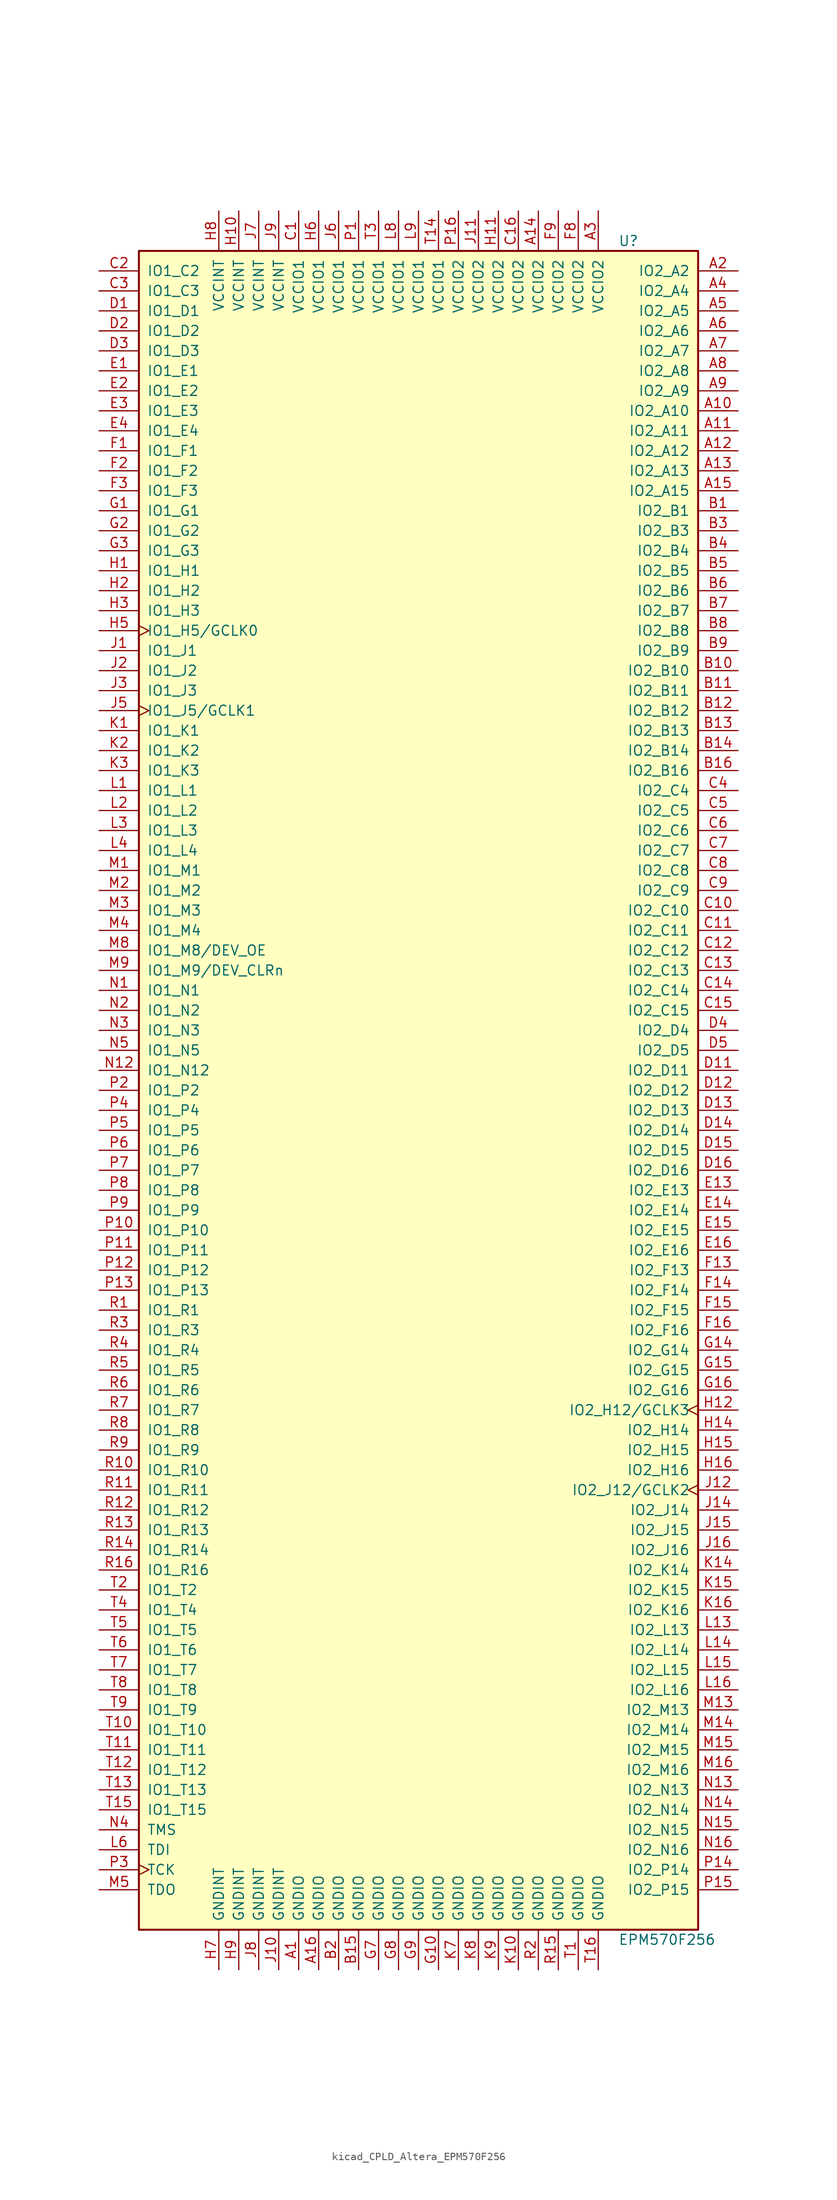
<source format=kicad_sym>
(kicad_symbol_lib
  (version 20220914)
  (generator kicad_symbol_editor)
  (symbol "kicad_CPLD_Altera_EPM570F256"
    (pin_names
      (offset 1.016))
    (property "Reference" "U"
      (at 25.4 107.95 0)
      (effects (font (size 1.27 1.27)) (justify left)))
    (property "Value" "EPM570F256"
      (at 25.4 -107.95 0)
      (effects (font (size 1.27 1.27)) (justify left)))
    (property "ki_locked" ""
      (at 0 0 0)
      (effects (font (size 1.27 1.27))))
    (symbol "kicad_CPLD_Altera_EPM570F256_1_1"
      (rectangle (start -35.56 106.68) (end 35.56 -106.68) (stroke (width 0.254) (type default)) (fill (type background)))
      (pin power_in line (at -15.24 -111.76 90) (length 5.08) (name "GNDIO" (effects (font (size 1.27 1.27)))) (number "A1" (effects (font (size 1.27 1.27)))))
      (pin bidirectional line (at 40.64 86.36 180) (length 5.08) (name "IO2_A10" (effects (font (size 1.27 1.27)))) (number "A10" (effects (font (size 1.27 1.27)))))
      (pin bidirectional line (at 40.64 83.82 180) (length 5.08) (name "IO2_A11" (effects (font (size 1.27 1.27)))) (number "A11" (effects (font (size 1.27 1.27)))))
      (pin bidirectional line (at 40.64 81.28 180) (length 5.08) (name "IO2_A12" (effects (font (size 1.27 1.27)))) (number "A12" (effects (font (size 1.27 1.27)))))
      (pin bidirectional line (at 40.64 78.74 180) (length 5.08) (name "IO2_A13" (effects (font (size 1.27 1.27)))) (number "A13" (effects (font (size 1.27 1.27)))))
      (pin power_in line (at 15.24 111.76 270) (length 5.08) (name "VCCIO2" (effects (font (size 1.27 1.27)))) (number "A14" (effects (font (size 1.27 1.27)))))
      (pin bidirectional line (at 40.64 76.2 180) (length 5.08) (name "IO2_A15" (effects (font (size 1.27 1.27)))) (number "A15" (effects (font (size 1.27 1.27)))))
      (pin power_in line (at -12.7 -111.76 90) (length 5.08) (name "GNDIO" (effects (font (size 1.27 1.27)))) (number "A16" (effects (font (size 1.27 1.27)))))
      (pin bidirectional line (at 40.64 104.14 180) (length 5.08) (name "IO2_A2" (effects (font (size 1.27 1.27)))) (number "A2" (effects (font (size 1.27 1.27)))))
      (pin power_in line (at 22.86 111.76 270) (length 5.08) (name "VCCIO2" (effects (font (size 1.27 1.27)))) (number "A3" (effects (font (size 1.27 1.27)))))
      (pin bidirectional line (at 40.64 101.6 180) (length 5.08) (name "IO2_A4" (effects (font (size 1.27 1.27)))) (number "A4" (effects (font (size 1.27 1.27)))))
      (pin bidirectional line (at 40.64 99.06 180) (length 5.08) (name "IO2_A5" (effects (font (size 1.27 1.27)))) (number "A5" (effects (font (size 1.27 1.27)))))
      (pin bidirectional line (at 40.64 96.52 180) (length 5.08) (name "IO2_A6" (effects (font (size 1.27 1.27)))) (number "A6" (effects (font (size 1.27 1.27)))))
      (pin bidirectional line (at 40.64 93.98 180) (length 5.08) (name "IO2_A7" (effects (font (size 1.27 1.27)))) (number "A7" (effects (font (size 1.27 1.27)))))
      (pin bidirectional line (at 40.64 91.44 180) (length 5.08) (name "IO2_A8" (effects (font (size 1.27 1.27)))) (number "A8" (effects (font (size 1.27 1.27)))))
      (pin bidirectional line (at 40.64 88.9 180) (length 5.08) (name "IO2_A9" (effects (font (size 1.27 1.27)))) (number "A9" (effects (font (size 1.27 1.27)))))
      (pin bidirectional line (at 40.64 73.66 180) (length 5.08) (name "IO2_B1" (effects (font (size 1.27 1.27)))) (number "B1" (effects (font (size 1.27 1.27)))))
      (pin bidirectional line (at 40.64 53.34 180) (length 5.08) (name "IO2_B10" (effects (font (size 1.27 1.27)))) (number "B10" (effects (font (size 1.27 1.27)))))
      (pin bidirectional line (at 40.64 50.8 180) (length 5.08) (name "IO2_B11" (effects (font (size 1.27 1.27)))) (number "B11" (effects (font (size 1.27 1.27)))))
      (pin bidirectional line (at 40.64 48.26 180) (length 5.08) (name "IO2_B12" (effects (font (size 1.27 1.27)))) (number "B12" (effects (font (size 1.27 1.27)))))
      (pin bidirectional line (at 40.64 45.72 180) (length 5.08) (name "IO2_B13" (effects (font (size 1.27 1.27)))) (number "B13" (effects (font (size 1.27 1.27)))))
      (pin bidirectional line (at 40.64 43.18 180) (length 5.08) (name "IO2_B14" (effects (font (size 1.27 1.27)))) (number "B14" (effects (font (size 1.27 1.27)))))
      (pin power_in line (at -7.62 -111.76 90) (length 5.08) (name "GNDIO" (effects (font (size 1.27 1.27)))) (number "B15" (effects (font (size 1.27 1.27)))))
      (pin bidirectional line (at 40.64 40.64 180) (length 5.08) (name "IO2_B16" (effects (font (size 1.27 1.27)))) (number "B16" (effects (font (size 1.27 1.27)))))
      (pin power_in line (at -10.16 -111.76 90) (length 5.08) (name "GNDIO" (effects (font (size 1.27 1.27)))) (number "B2" (effects (font (size 1.27 1.27)))))
      (pin bidirectional line (at 40.64 71.12 180) (length 5.08) (name "IO2_B3" (effects (font (size 1.27 1.27)))) (number "B3" (effects (font (size 1.27 1.27)))))
      (pin bidirectional line (at 40.64 68.58 180) (length 5.08) (name "IO2_B4" (effects (font (size 1.27 1.27)))) (number "B4" (effects (font (size 1.27 1.27)))))
      (pin bidirectional line (at 40.64 66.04 180) (length 5.08) (name "IO2_B5" (effects (font (size 1.27 1.27)))) (number "B5" (effects (font (size 1.27 1.27)))))
      (pin bidirectional line (at 40.64 63.5 180) (length 5.08) (name "IO2_B6" (effects (font (size 1.27 1.27)))) (number "B6" (effects (font (size 1.27 1.27)))))
      (pin bidirectional line (at 40.64 60.96 180) (length 5.08) (name "IO2_B7" (effects (font (size 1.27 1.27)))) (number "B7" (effects (font (size 1.27 1.27)))))
      (pin bidirectional line (at 40.64 58.42 180) (length 5.08) (name "IO2_B8" (effects (font (size 1.27 1.27)))) (number "B8" (effects (font (size 1.27 1.27)))))
      (pin bidirectional line (at 40.64 55.88 180) (length 5.08) (name "IO2_B9" (effects (font (size 1.27 1.27)))) (number "B9" (effects (font (size 1.27 1.27)))))
      (pin power_in line (at -15.24 111.76 270) (length 5.08) (name "VCCIO1" (effects (font (size 1.27 1.27)))) (number "C1" (effects (font (size 1.27 1.27)))))
      (pin bidirectional line (at 40.64 22.86 180) (length 5.08) (name "IO2_C10" (effects (font (size 1.27 1.27)))) (number "C10" (effects (font (size 1.27 1.27)))))
      (pin bidirectional line (at 40.64 20.32 180) (length 5.08) (name "IO2_C11" (effects (font (size 1.27 1.27)))) (number "C11" (effects (font (size 1.27 1.27)))))
      (pin bidirectional line (at 40.64 17.78 180) (length 5.08) (name "IO2_C12" (effects (font (size 1.27 1.27)))) (number "C12" (effects (font (size 1.27 1.27)))))
      (pin bidirectional line (at 40.64 15.24 180) (length 5.08) (name "IO2_C13" (effects (font (size 1.27 1.27)))) (number "C13" (effects (font (size 1.27 1.27)))))
      (pin bidirectional line (at 40.64 12.7 180) (length 5.08) (name "IO2_C14" (effects (font (size 1.27 1.27)))) (number "C14" (effects (font (size 1.27 1.27)))))
      (pin bidirectional line (at 40.64 10.16 180) (length 5.08) (name "IO2_C15" (effects (font (size 1.27 1.27)))) (number "C15" (effects (font (size 1.27 1.27)))))
      (pin power_in line (at 12.7 111.76 270) (length 5.08) (name "VCCIO2" (effects (font (size 1.27 1.27)))) (number "C16" (effects (font (size 1.27 1.27)))))
      (pin bidirectional line (at -40.64 104.14 0) (length 5.08) (name "IO1_C2" (effects (font (size 1.27 1.27)))) (number "C2" (effects (font (size 1.27 1.27)))))
      (pin bidirectional line (at -40.64 101.6 0) (length 5.08) (name "IO1_C3" (effects (font (size 1.27 1.27)))) (number "C3" (effects (font (size 1.27 1.27)))))
      (pin bidirectional line (at 40.64 38.1 180) (length 5.08) (name "IO2_C4" (effects (font (size 1.27 1.27)))) (number "C4" (effects (font (size 1.27 1.27)))))
      (pin bidirectional line (at 40.64 35.56 180) (length 5.08) (name "IO2_C5" (effects (font (size 1.27 1.27)))) (number "C5" (effects (font (size 1.27 1.27)))))
      (pin bidirectional line (at 40.64 33.02 180) (length 5.08) (name "IO2_C6" (effects (font (size 1.27 1.27)))) (number "C6" (effects (font (size 1.27 1.27)))))
      (pin bidirectional line (at 40.64 30.48 180) (length 5.08) (name "IO2_C7" (effects (font (size 1.27 1.27)))) (number "C7" (effects (font (size 1.27 1.27)))))
      (pin bidirectional line (at 40.64 27.94 180) (length 5.08) (name "IO2_C8" (effects (font (size 1.27 1.27)))) (number "C8" (effects (font (size 1.27 1.27)))))
      (pin bidirectional line (at 40.64 25.4 180) (length 5.08) (name "IO2_C9" (effects (font (size 1.27 1.27)))) (number "C9" (effects (font (size 1.27 1.27)))))
      (pin bidirectional line (at -40.64 99.06 0) (length 5.08) (name "IO1_D1" (effects (font (size 1.27 1.27)))) (number "D1" (effects (font (size 1.27 1.27)))))
      (pin bidirectional line (at 40.64 2.54 180) (length 5.08) (name "IO2_D11" (effects (font (size 1.27 1.27)))) (number "D11" (effects (font (size 1.27 1.27)))))
      (pin bidirectional line (at 40.64 0 180) (length 5.08) (name "IO2_D12" (effects (font (size 1.27 1.27)))) (number "D12" (effects (font (size 1.27 1.27)))))
      (pin bidirectional line (at 40.64 -2.54 180) (length 5.08) (name "IO2_D13" (effects (font (size 1.27 1.27)))) (number "D13" (effects (font (size 1.27 1.27)))))
      (pin bidirectional line (at 40.64 -5.08 180) (length 5.08) (name "IO2_D14" (effects (font (size 1.27 1.27)))) (number "D14" (effects (font (size 1.27 1.27)))))
      (pin bidirectional line (at 40.64 -7.62 180) (length 5.08) (name "IO2_D15" (effects (font (size 1.27 1.27)))) (number "D15" (effects (font (size 1.27 1.27)))))
      (pin bidirectional line (at 40.64 -10.16 180) (length 5.08) (name "IO2_D16" (effects (font (size 1.27 1.27)))) (number "D16" (effects (font (size 1.27 1.27)))))
      (pin bidirectional line (at -40.64 96.52 0) (length 5.08) (name "IO1_D2" (effects (font (size 1.27 1.27)))) (number "D2" (effects (font (size 1.27 1.27)))))
      (pin bidirectional line (at -40.64 93.98 0) (length 5.08) (name "IO1_D3" (effects (font (size 1.27 1.27)))) (number "D3" (effects (font (size 1.27 1.27)))))
      (pin bidirectional line (at 40.64 7.62 180) (length 5.08) (name "IO2_D4" (effects (font (size 1.27 1.27)))) (number "D4" (effects (font (size 1.27 1.27)))))
      (pin bidirectional line (at 40.64 5.08 180) (length 5.08) (name "IO2_D5" (effects (font (size 1.27 1.27)))) (number "D5" (effects (font (size 1.27 1.27)))))
      (pin bidirectional line (at -40.64 91.44 0) (length 5.08) (name "IO1_E1" (effects (font (size 1.27 1.27)))) (number "E1" (effects (font (size 1.27 1.27)))))
      (pin bidirectional line (at 40.64 -12.7 180) (length 5.08) (name "IO2_E13" (effects (font (size 1.27 1.27)))) (number "E13" (effects (font (size 1.27 1.27)))))
      (pin bidirectional line (at 40.64 -15.24 180) (length 5.08) (name "IO2_E14" (effects (font (size 1.27 1.27)))) (number "E14" (effects (font (size 1.27 1.27)))))
      (pin bidirectional line (at 40.64 -17.78 180) (length 5.08) (name "IO2_E15" (effects (font (size 1.27 1.27)))) (number "E15" (effects (font (size 1.27 1.27)))))
      (pin bidirectional line (at 40.64 -20.32 180) (length 5.08) (name "IO2_E16" (effects (font (size 1.27 1.27)))) (number "E16" (effects (font (size 1.27 1.27)))))
      (pin bidirectional line (at -40.64 88.9 0) (length 5.08) (name "IO1_E2" (effects (font (size 1.27 1.27)))) (number "E2" (effects (font (size 1.27 1.27)))))
      (pin bidirectional line (at -40.64 86.36 0) (length 5.08) (name "IO1_E3" (effects (font (size 1.27 1.27)))) (number "E3" (effects (font (size 1.27 1.27)))))
      (pin bidirectional line (at -40.64 83.82 0) (length 5.08) (name "IO1_E4" (effects (font (size 1.27 1.27)))) (number "E4" (effects (font (size 1.27 1.27)))))
      (pin bidirectional line (at -40.64 81.28 0) (length 5.08) (name "IO1_F1" (effects (font (size 1.27 1.27)))) (number "F1" (effects (font (size 1.27 1.27)))))
      (pin bidirectional line (at 40.64 -22.86 180) (length 5.08) (name "IO2_F13" (effects (font (size 1.27 1.27)))) (number "F13" (effects (font (size 1.27 1.27)))))
      (pin bidirectional line (at 40.64 -25.4 180) (length 5.08) (name "IO2_F14" (effects (font (size 1.27 1.27)))) (number "F14" (effects (font (size 1.27 1.27)))))
      (pin bidirectional line (at 40.64 -27.94 180) (length 5.08) (name "IO2_F15" (effects (font (size 1.27 1.27)))) (number "F15" (effects (font (size 1.27 1.27)))))
      (pin bidirectional line (at 40.64 -30.48 180) (length 5.08) (name "IO2_F16" (effects (font (size 1.27 1.27)))) (number "F16" (effects (font (size 1.27 1.27)))))
      (pin bidirectional line (at -40.64 78.74 0) (length 5.08) (name "IO1_F2" (effects (font (size 1.27 1.27)))) (number "F2" (effects (font (size 1.27 1.27)))))
      (pin bidirectional line (at -40.64 76.2 0) (length 5.08) (name "IO1_F3" (effects (font (size 1.27 1.27)))) (number "F3" (effects (font (size 1.27 1.27)))))
      (pin power_in line (at 20.32 111.76 270) (length 5.08) (name "VCCIO2" (effects (font (size 1.27 1.27)))) (number "F8" (effects (font (size 1.27 1.27)))))
      (pin power_in line (at 17.78 111.76 270) (length 5.08) (name "VCCIO2" (effects (font (size 1.27 1.27)))) (number "F9" (effects (font (size 1.27 1.27)))))
      (pin bidirectional line (at -40.64 73.66 0) (length 5.08) (name "IO1_G1" (effects (font (size 1.27 1.27)))) (number "G1" (effects (font (size 1.27 1.27)))))
      (pin power_in line (at 2.54 -111.76 90) (length 5.08) (name "GNDIO" (effects (font (size 1.27 1.27)))) (number "G10" (effects (font (size 1.27 1.27)))))
      (pin bidirectional line (at 40.64 -33.02 180) (length 5.08) (name "IO2_G14" (effects (font (size 1.27 1.27)))) (number "G14" (effects (font (size 1.27 1.27)))))
      (pin bidirectional line (at 40.64 -35.56 180) (length 5.08) (name "IO2_G15" (effects (font (size 1.27 1.27)))) (number "G15" (effects (font (size 1.27 1.27)))))
      (pin bidirectional line (at 40.64 -38.1 180) (length 5.08) (name "IO2_G16" (effects (font (size 1.27 1.27)))) (number "G16" (effects (font (size 1.27 1.27)))))
      (pin bidirectional line (at -40.64 71.12 0) (length 5.08) (name "IO1_G2" (effects (font (size 1.27 1.27)))) (number "G2" (effects (font (size 1.27 1.27)))))
      (pin bidirectional line (at -40.64 68.58 0) (length 5.08) (name "IO1_G3" (effects (font (size 1.27 1.27)))) (number "G3" (effects (font (size 1.27 1.27)))))
      (pin power_in line (at -5.08 -111.76 90) (length 5.08) (name "GNDIO" (effects (font (size 1.27 1.27)))) (number "G7" (effects (font (size 1.27 1.27)))))
      (pin power_in line (at -2.54 -111.76 90) (length 5.08) (name "GNDIO" (effects (font (size 1.27 1.27)))) (number "G8" (effects (font (size 1.27 1.27)))))
      (pin power_in line (at 0 -111.76 90) (length 5.08) (name "GNDIO" (effects (font (size 1.27 1.27)))) (number "G9" (effects (font (size 1.27 1.27)))))
      (pin bidirectional line (at -40.64 66.04 0) (length 5.08) (name "IO1_H1" (effects (font (size 1.27 1.27)))) (number "H1" (effects (font (size 1.27 1.27)))))
      (pin power_in line (at -22.86 111.76 270) (length 5.08) (name "VCCINT" (effects (font (size 1.27 1.27)))) (number "H10" (effects (font (size 1.27 1.27)))))
      (pin power_in line (at 10.16 111.76 270) (length 5.08) (name "VCCIO2" (effects (font (size 1.27 1.27)))) (number "H11" (effects (font (size 1.27 1.27)))))
      (pin bidirectional clock (at 40.64 -40.64 180) (length 5.08) (name "IO2_H12/GCLK3" (effects (font (size 1.27 1.27)))) (number "H12" (effects (font (size 1.27 1.27)))))
      (pin bidirectional line (at 40.64 -43.18 180) (length 5.08) (name "IO2_H14" (effects (font (size 1.27 1.27)))) (number "H14" (effects (font (size 1.27 1.27)))))
      (pin bidirectional line (at 40.64 -45.72 180) (length 5.08) (name "IO2_H15" (effects (font (size 1.27 1.27)))) (number "H15" (effects (font (size 1.27 1.27)))))
      (pin bidirectional line (at 40.64 -48.26 180) (length 5.08) (name "IO2_H16" (effects (font (size 1.27 1.27)))) (number "H16" (effects (font (size 1.27 1.27)))))
      (pin bidirectional line (at -40.64 63.5 0) (length 5.08) (name "IO1_H2" (effects (font (size 1.27 1.27)))) (number "H2" (effects (font (size 1.27 1.27)))))
      (pin bidirectional line (at -40.64 60.96 0) (length 5.08) (name "IO1_H3" (effects (font (size 1.27 1.27)))) (number "H3" (effects (font (size 1.27 1.27)))))
      (pin bidirectional clock (at -40.64 58.42 0) (length 5.08) (name "IO1_H5/GCLK0" (effects (font (size 1.27 1.27)))) (number "H5" (effects (font (size 1.27 1.27)))))
      (pin power_in line (at -12.7 111.76 270) (length 5.08) (name "VCCIO1" (effects (font (size 1.27 1.27)))) (number "H6" (effects (font (size 1.27 1.27)))))
      (pin power_in line (at -25.4 -111.76 90) (length 5.08) (name "GNDINT" (effects (font (size 1.27 1.27)))) (number "H7" (effects (font (size 1.27 1.27)))))
      (pin power_in line (at -25.4 111.76 270) (length 5.08) (name "VCCINT" (effects (font (size 1.27 1.27)))) (number "H8" (effects (font (size 1.27 1.27)))))
      (pin power_in line (at -22.86 -111.76 90) (length 5.08) (name "GNDINT" (effects (font (size 1.27 1.27)))) (number "H9" (effects (font (size 1.27 1.27)))))
      (pin bidirectional line (at -40.64 55.88 0) (length 5.08) (name "IO1_J1" (effects (font (size 1.27 1.27)))) (number "J1" (effects (font (size 1.27 1.27)))))
      (pin power_in line (at -17.78 -111.76 90) (length 5.08) (name "GNDINT" (effects (font (size 1.27 1.27)))) (number "J10" (effects (font (size 1.27 1.27)))))
      (pin power_in line (at 7.62 111.76 270) (length 5.08) (name "VCCIO2" (effects (font (size 1.27 1.27)))) (number "J11" (effects (font (size 1.27 1.27)))))
      (pin bidirectional clock (at 40.64 -50.8 180) (length 5.08) (name "IO2_J12/GCLK2" (effects (font (size 1.27 1.27)))) (number "J12" (effects (font (size 1.27 1.27)))))
      (pin bidirectional line (at 40.64 -53.34 180) (length 5.08) (name "IO2_J14" (effects (font (size 1.27 1.27)))) (number "J14" (effects (font (size 1.27 1.27)))))
      (pin bidirectional line (at 40.64 -55.88 180) (length 5.08) (name "IO2_J15" (effects (font (size 1.27 1.27)))) (number "J15" (effects (font (size 1.27 1.27)))))
      (pin bidirectional line (at 40.64 -58.42 180) (length 5.08) (name "IO2_J16" (effects (font (size 1.27 1.27)))) (number "J16" (effects (font (size 1.27 1.27)))))
      (pin bidirectional line (at -40.64 53.34 0) (length 5.08) (name "IO1_J2" (effects (font (size 1.27 1.27)))) (number "J2" (effects (font (size 1.27 1.27)))))
      (pin bidirectional line (at -40.64 50.8 0) (length 5.08) (name "IO1_J3" (effects (font (size 1.27 1.27)))) (number "J3" (effects (font (size 1.27 1.27)))))
      (pin bidirectional clock (at -40.64 48.26 0) (length 5.08) (name "IO1_J5/GCLK1" (effects (font (size 1.27 1.27)))) (number "J5" (effects (font (size 1.27 1.27)))))
      (pin power_in line (at -10.16 111.76 270) (length 5.08) (name "VCCIO1" (effects (font (size 1.27 1.27)))) (number "J6" (effects (font (size 1.27 1.27)))))
      (pin power_in line (at -20.32 111.76 270) (length 5.08) (name "VCCINT" (effects (font (size 1.27 1.27)))) (number "J7" (effects (font (size 1.27 1.27)))))
      (pin power_in line (at -20.32 -111.76 90) (length 5.08) (name "GNDINT" (effects (font (size 1.27 1.27)))) (number "J8" (effects (font (size 1.27 1.27)))))
      (pin power_in line (at -17.78 111.76 270) (length 5.08) (name "VCCINT" (effects (font (size 1.27 1.27)))) (number "J9" (effects (font (size 1.27 1.27)))))
      (pin bidirectional line (at -40.64 45.72 0) (length 5.08) (name "IO1_K1" (effects (font (size 1.27 1.27)))) (number "K1" (effects (font (size 1.27 1.27)))))
      (pin power_in line (at 12.7 -111.76 90) (length 5.08) (name "GNDIO" (effects (font (size 1.27 1.27)))) (number "K10" (effects (font (size 1.27 1.27)))))
      (pin bidirectional line (at 40.64 -60.96 180) (length 5.08) (name "IO2_K14" (effects (font (size 1.27 1.27)))) (number "K14" (effects (font (size 1.27 1.27)))))
      (pin bidirectional line (at 40.64 -63.5 180) (length 5.08) (name "IO2_K15" (effects (font (size 1.27 1.27)))) (number "K15" (effects (font (size 1.27 1.27)))))
      (pin bidirectional line (at 40.64 -66.04 180) (length 5.08) (name "IO2_K16" (effects (font (size 1.27 1.27)))) (number "K16" (effects (font (size 1.27 1.27)))))
      (pin bidirectional line (at -40.64 43.18 0) (length 5.08) (name "IO1_K2" (effects (font (size 1.27 1.27)))) (number "K2" (effects (font (size 1.27 1.27)))))
      (pin bidirectional line (at -40.64 40.64 0) (length 5.08) (name "IO1_K3" (effects (font (size 1.27 1.27)))) (number "K3" (effects (font (size 1.27 1.27)))))
      (pin power_in line (at 5.08 -111.76 90) (length 5.08) (name "GNDIO" (effects (font (size 1.27 1.27)))) (number "K7" (effects (font (size 1.27 1.27)))))
      (pin power_in line (at 7.62 -111.76 90) (length 5.08) (name "GNDIO" (effects (font (size 1.27 1.27)))) (number "K8" (effects (font (size 1.27 1.27)))))
      (pin power_in line (at 10.16 -111.76 90) (length 5.08) (name "GNDIO" (effects (font (size 1.27 1.27)))) (number "K9" (effects (font (size 1.27 1.27)))))
      (pin bidirectional line (at -40.64 38.1 0) (length 5.08) (name "IO1_L1" (effects (font (size 1.27 1.27)))) (number "L1" (effects (font (size 1.27 1.27)))))
      (pin bidirectional line (at 40.64 -68.58 180) (length 5.08) (name "IO2_L13" (effects (font (size 1.27 1.27)))) (number "L13" (effects (font (size 1.27 1.27)))))
      (pin bidirectional line (at 40.64 -71.12 180) (length 5.08) (name "IO2_L14" (effects (font (size 1.27 1.27)))) (number "L14" (effects (font (size 1.27 1.27)))))
      (pin bidirectional line (at 40.64 -73.66 180) (length 5.08) (name "IO2_L15" (effects (font (size 1.27 1.27)))) (number "L15" (effects (font (size 1.27 1.27)))))
      (pin bidirectional line (at 40.64 -76.2 180) (length 5.08) (name "IO2_L16" (effects (font (size 1.27 1.27)))) (number "L16" (effects (font (size 1.27 1.27)))))
      (pin bidirectional line (at -40.64 35.56 0) (length 5.08) (name "IO1_L2" (effects (font (size 1.27 1.27)))) (number "L2" (effects (font (size 1.27 1.27)))))
      (pin bidirectional line (at -40.64 33.02 0) (length 5.08) (name "IO1_L3" (effects (font (size 1.27 1.27)))) (number "L3" (effects (font (size 1.27 1.27)))))
      (pin bidirectional line (at -40.64 30.48 0) (length 5.08) (name "IO1_L4" (effects (font (size 1.27 1.27)))) (number "L4" (effects (font (size 1.27 1.27)))))
      (pin input line (at -40.64 -96.52 0) (length 5.08) (name "TDI" (effects (font (size 1.27 1.27)))) (number "L6" (effects (font (size 1.27 1.27)))))
      (pin power_in line (at -2.54 111.76 270) (length 5.08) (name "VCCIO1" (effects (font (size 1.27 1.27)))) (number "L8" (effects (font (size 1.27 1.27)))))
      (pin power_in line (at 0 111.76 270) (length 5.08) (name "VCCIO1" (effects (font (size 1.27 1.27)))) (number "L9" (effects (font (size 1.27 1.27)))))
      (pin bidirectional line (at -40.64 27.94 0) (length 5.08) (name "IO1_M1" (effects (font (size 1.27 1.27)))) (number "M1" (effects (font (size 1.27 1.27)))))
      (pin bidirectional line (at 40.64 -78.74 180) (length 5.08) (name "IO2_M13" (effects (font (size 1.27 1.27)))) (number "M13" (effects (font (size 1.27 1.27)))))
      (pin bidirectional line (at 40.64 -81.28 180) (length 5.08) (name "IO2_M14" (effects (font (size 1.27 1.27)))) (number "M14" (effects (font (size 1.27 1.27)))))
      (pin bidirectional line (at 40.64 -83.82 180) (length 5.08) (name "IO2_M15" (effects (font (size 1.27 1.27)))) (number "M15" (effects (font (size 1.27 1.27)))))
      (pin bidirectional line (at 40.64 -86.36 180) (length 5.08) (name "IO2_M16" (effects (font (size 1.27 1.27)))) (number "M16" (effects (font (size 1.27 1.27)))))
      (pin bidirectional line (at -40.64 25.4 0) (length 5.08) (name "IO1_M2" (effects (font (size 1.27 1.27)))) (number "M2" (effects (font (size 1.27 1.27)))))
      (pin bidirectional line (at -40.64 22.86 0) (length 5.08) (name "IO1_M3" (effects (font (size 1.27 1.27)))) (number "M3" (effects (font (size 1.27 1.27)))))
      (pin bidirectional line (at -40.64 20.32 0) (length 5.08) (name "IO1_M4" (effects (font (size 1.27 1.27)))) (number "M4" (effects (font (size 1.27 1.27)))))
      (pin output line (at -40.64 -101.6 0) (length 5.08) (name "TDO" (effects (font (size 1.27 1.27)))) (number "M5" (effects (font (size 1.27 1.27)))))
      (pin bidirectional line (at -40.64 17.78 0) (length 5.08) (name "IO1_M8/DEV_OE" (effects (font (size 1.27 1.27)))) (number "M8" (effects (font (size 1.27 1.27)))))
      (pin bidirectional line (at -40.64 15.24 0) (length 5.08) (name "IO1_M9/DEV_CLRn" (effects (font (size 1.27 1.27)))) (number "M9" (effects (font (size 1.27 1.27)))))
      (pin bidirectional line (at -40.64 12.7 0) (length 5.08) (name "IO1_N1" (effects (font (size 1.27 1.27)))) (number "N1" (effects (font (size 1.27 1.27)))))
      (pin bidirectional line (at -40.64 2.54 0) (length 5.08) (name "IO1_N12" (effects (font (size 1.27 1.27)))) (number "N12" (effects (font (size 1.27 1.27)))))
      (pin bidirectional line (at 40.64 -88.9 180) (length 5.08) (name "IO2_N13" (effects (font (size 1.27 1.27)))) (number "N13" (effects (font (size 1.27 1.27)))))
      (pin bidirectional line (at 40.64 -91.44 180) (length 5.08) (name "IO2_N14" (effects (font (size 1.27 1.27)))) (number "N14" (effects (font (size 1.27 1.27)))))
      (pin bidirectional line (at 40.64 -93.98 180) (length 5.08) (name "IO2_N15" (effects (font (size 1.27 1.27)))) (number "N15" (effects (font (size 1.27 1.27)))))
      (pin bidirectional line (at 40.64 -96.52 180) (length 5.08) (name "IO2_N16" (effects (font (size 1.27 1.27)))) (number "N16" (effects (font (size 1.27 1.27)))))
      (pin bidirectional line (at -40.64 10.16 0) (length 5.08) (name "IO1_N2" (effects (font (size 1.27 1.27)))) (number "N2" (effects (font (size 1.27 1.27)))))
      (pin bidirectional line (at -40.64 7.62 0) (length 5.08) (name "IO1_N3" (effects (font (size 1.27 1.27)))) (number "N3" (effects (font (size 1.27 1.27)))))
      (pin input line (at -40.64 -93.98 0) (length 5.08) (name "TMS" (effects (font (size 1.27 1.27)))) (number "N4" (effects (font (size 1.27 1.27)))))
      (pin bidirectional line (at -40.64 5.08 0) (length 5.08) (name "IO1_N5" (effects (font (size 1.27 1.27)))) (number "N5" (effects (font (size 1.27 1.27)))))
      (pin power_in line (at -7.62 111.76 270) (length 5.08) (name "VCCIO1" (effects (font (size 1.27 1.27)))) (number "P1" (effects (font (size 1.27 1.27)))))
      (pin bidirectional line (at -40.64 -17.78 0) (length 5.08) (name "IO1_P10" (effects (font (size 1.27 1.27)))) (number "P10" (effects (font (size 1.27 1.27)))))
      (pin bidirectional line (at -40.64 -20.32 0) (length 5.08) (name "IO1_P11" (effects (font (size 1.27 1.27)))) (number "P11" (effects (font (size 1.27 1.27)))))
      (pin bidirectional line (at -40.64 -22.86 0) (length 5.08) (name "IO1_P12" (effects (font (size 1.27 1.27)))) (number "P12" (effects (font (size 1.27 1.27)))))
      (pin bidirectional line (at -40.64 -25.4 0) (length 5.08) (name "IO1_P13" (effects (font (size 1.27 1.27)))) (number "P13" (effects (font (size 1.27 1.27)))))
      (pin bidirectional line (at 40.64 -99.06 180) (length 5.08) (name "IO2_P14" (effects (font (size 1.27 1.27)))) (number "P14" (effects (font (size 1.27 1.27)))))
      (pin bidirectional line (at 40.64 -101.6 180) (length 5.08) (name "IO2_P15" (effects (font (size 1.27 1.27)))) (number "P15" (effects (font (size 1.27 1.27)))))
      (pin power_in line (at 5.08 111.76 270) (length 5.08) (name "VCCIO2" (effects (font (size 1.27 1.27)))) (number "P16" (effects (font (size 1.27 1.27)))))
      (pin bidirectional line (at -40.64 0 0) (length 5.08) (name "IO1_P2" (effects (font (size 1.27 1.27)))) (number "P2" (effects (font (size 1.27 1.27)))))
      (pin input clock (at -40.64 -99.06 0) (length 5.08) (name "TCK" (effects (font (size 1.27 1.27)))) (number "P3" (effects (font (size 1.27 1.27)))))
      (pin bidirectional line (at -40.64 -2.54 0) (length 5.08) (name "IO1_P4" (effects (font (size 1.27 1.27)))) (number "P4" (effects (font (size 1.27 1.27)))))
      (pin bidirectional line (at -40.64 -5.08 0) (length 5.08) (name "IO1_P5" (effects (font (size 1.27 1.27)))) (number "P5" (effects (font (size 1.27 1.27)))))
      (pin bidirectional line (at -40.64 -7.62 0) (length 5.08) (name "IO1_P6" (effects (font (size 1.27 1.27)))) (number "P6" (effects (font (size 1.27 1.27)))))
      (pin bidirectional line (at -40.64 -10.16 0) (length 5.08) (name "IO1_P7" (effects (font (size 1.27 1.27)))) (number "P7" (effects (font (size 1.27 1.27)))))
      (pin bidirectional line (at -40.64 -12.7 0) (length 5.08) (name "IO1_P8" (effects (font (size 1.27 1.27)))) (number "P8" (effects (font (size 1.27 1.27)))))
      (pin bidirectional line (at -40.64 -15.24 0) (length 5.08) (name "IO1_P9" (effects (font (size 1.27 1.27)))) (number "P9" (effects (font (size 1.27 1.27)))))
      (pin bidirectional line (at -40.64 -27.94 0) (length 5.08) (name "IO1_R1" (effects (font (size 1.27 1.27)))) (number "R1" (effects (font (size 1.27 1.27)))))
      (pin bidirectional line (at -40.64 -48.26 0) (length 5.08) (name "IO1_R10" (effects (font (size 1.27 1.27)))) (number "R10" (effects (font (size 1.27 1.27)))))
      (pin bidirectional line (at -40.64 -50.8 0) (length 5.08) (name "IO1_R11" (effects (font (size 1.27 1.27)))) (number "R11" (effects (font (size 1.27 1.27)))))
      (pin bidirectional line (at -40.64 -53.34 0) (length 5.08) (name "IO1_R12" (effects (font (size 1.27 1.27)))) (number "R12" (effects (font (size 1.27 1.27)))))
      (pin bidirectional line (at -40.64 -55.88 0) (length 5.08) (name "IO1_R13" (effects (font (size 1.27 1.27)))) (number "R13" (effects (font (size 1.27 1.27)))))
      (pin bidirectional line (at -40.64 -58.42 0) (length 5.08) (name "IO1_R14" (effects (font (size 1.27 1.27)))) (number "R14" (effects (font (size 1.27 1.27)))))
      (pin power_in line (at 17.78 -111.76 90) (length 5.08) (name "GNDIO" (effects (font (size 1.27 1.27)))) (number "R15" (effects (font (size 1.27 1.27)))))
      (pin bidirectional line (at -40.64 -60.96 0) (length 5.08) (name "IO1_R16" (effects (font (size 1.27 1.27)))) (number "R16" (effects (font (size 1.27 1.27)))))
      (pin power_in line (at 15.24 -111.76 90) (length 5.08) (name "GNDIO" (effects (font (size 1.27 1.27)))) (number "R2" (effects (font (size 1.27 1.27)))))
      (pin bidirectional line (at -40.64 -30.48 0) (length 5.08) (name "IO1_R3" (effects (font (size 1.27 1.27)))) (number "R3" (effects (font (size 1.27 1.27)))))
      (pin bidirectional line (at -40.64 -33.02 0) (length 5.08) (name "IO1_R4" (effects (font (size 1.27 1.27)))) (number "R4" (effects (font (size 1.27 1.27)))))
      (pin bidirectional line (at -40.64 -35.56 0) (length 5.08) (name "IO1_R5" (effects (font (size 1.27 1.27)))) (number "R5" (effects (font (size 1.27 1.27)))))
      (pin bidirectional line (at -40.64 -38.1 0) (length 5.08) (name "IO1_R6" (effects (font (size 1.27 1.27)))) (number "R6" (effects (font (size 1.27 1.27)))))
      (pin bidirectional line (at -40.64 -40.64 0) (length 5.08) (name "IO1_R7" (effects (font (size 1.27 1.27)))) (number "R7" (effects (font (size 1.27 1.27)))))
      (pin bidirectional line (at -40.64 -43.18 0) (length 5.08) (name "IO1_R8" (effects (font (size 1.27 1.27)))) (number "R8" (effects (font (size 1.27 1.27)))))
      (pin bidirectional line (at -40.64 -45.72 0) (length 5.08) (name "IO1_R9" (effects (font (size 1.27 1.27)))) (number "R9" (effects (font (size 1.27 1.27)))))
      (pin power_in line (at 20.32 -111.76 90) (length 5.08) (name "GNDIO" (effects (font (size 1.27 1.27)))) (number "T1" (effects (font (size 1.27 1.27)))))
      (pin bidirectional line (at -40.64 -81.28 0) (length 5.08) (name "IO1_T10" (effects (font (size 1.27 1.27)))) (number "T10" (effects (font (size 1.27 1.27)))))
      (pin bidirectional line (at -40.64 -83.82 0) (length 5.08) (name "IO1_T11" (effects (font (size 1.27 1.27)))) (number "T11" (effects (font (size 1.27 1.27)))))
      (pin bidirectional line (at -40.64 -86.36 0) (length 5.08) (name "IO1_T12" (effects (font (size 1.27 1.27)))) (number "T12" (effects (font (size 1.27 1.27)))))
      (pin bidirectional line (at -40.64 -88.9 0) (length 5.08) (name "IO1_T13" (effects (font (size 1.27 1.27)))) (number "T13" (effects (font (size 1.27 1.27)))))
      (pin power_in line (at 2.54 111.76 270) (length 5.08) (name "VCCIO1" (effects (font (size 1.27 1.27)))) (number "T14" (effects (font (size 1.27 1.27)))))
      (pin bidirectional line (at -40.64 -91.44 0) (length 5.08) (name "IO1_T15" (effects (font (size 1.27 1.27)))) (number "T15" (effects (font (size 1.27 1.27)))))
      (pin power_in line (at 22.86 -111.76 90) (length 5.08) (name "GNDIO" (effects (font (size 1.27 1.27)))) (number "T16" (effects (font (size 1.27 1.27)))))
      (pin bidirectional line (at -40.64 -63.5 0) (length 5.08) (name "IO1_T2" (effects (font (size 1.27 1.27)))) (number "T2" (effects (font (size 1.27 1.27)))))
      (pin power_in line (at -5.08 111.76 270) (length 5.08) (name "VCCIO1" (effects (font (size 1.27 1.27)))) (number "T3" (effects (font (size 1.27 1.27)))))
      (pin bidirectional line (at -40.64 -66.04 0) (length 5.08) (name "IO1_T4" (effects (font (size 1.27 1.27)))) (number "T4" (effects (font (size 1.27 1.27)))))
      (pin bidirectional line (at -40.64 -68.58 0) (length 5.08) (name "IO1_T5" (effects (font (size 1.27 1.27)))) (number "T5" (effects (font (size 1.27 1.27)))))
      (pin bidirectional line (at -40.64 -71.12 0) (length 5.08) (name "IO1_T6" (effects (font (size 1.27 1.27)))) (number "T6" (effects (font (size 1.27 1.27)))))
      (pin bidirectional line (at -40.64 -73.66 0) (length 5.08) (name "IO1_T7" (effects (font (size 1.27 1.27)))) (number "T7" (effects (font (size 1.27 1.27)))))
      (pin bidirectional line (at -40.64 -76.2 0) (length 5.08) (name "IO1_T8" (effects (font (size 1.27 1.27)))) (number "T8" (effects (font (size 1.27 1.27)))))
      (pin bidirectional line (at -40.64 -78.74 0) (length 5.08) (name "IO1_T9" (effects (font (size 1.27 1.27)))) (number "T9" (effects (font (size 1.27 1.27))))))))
</source>
